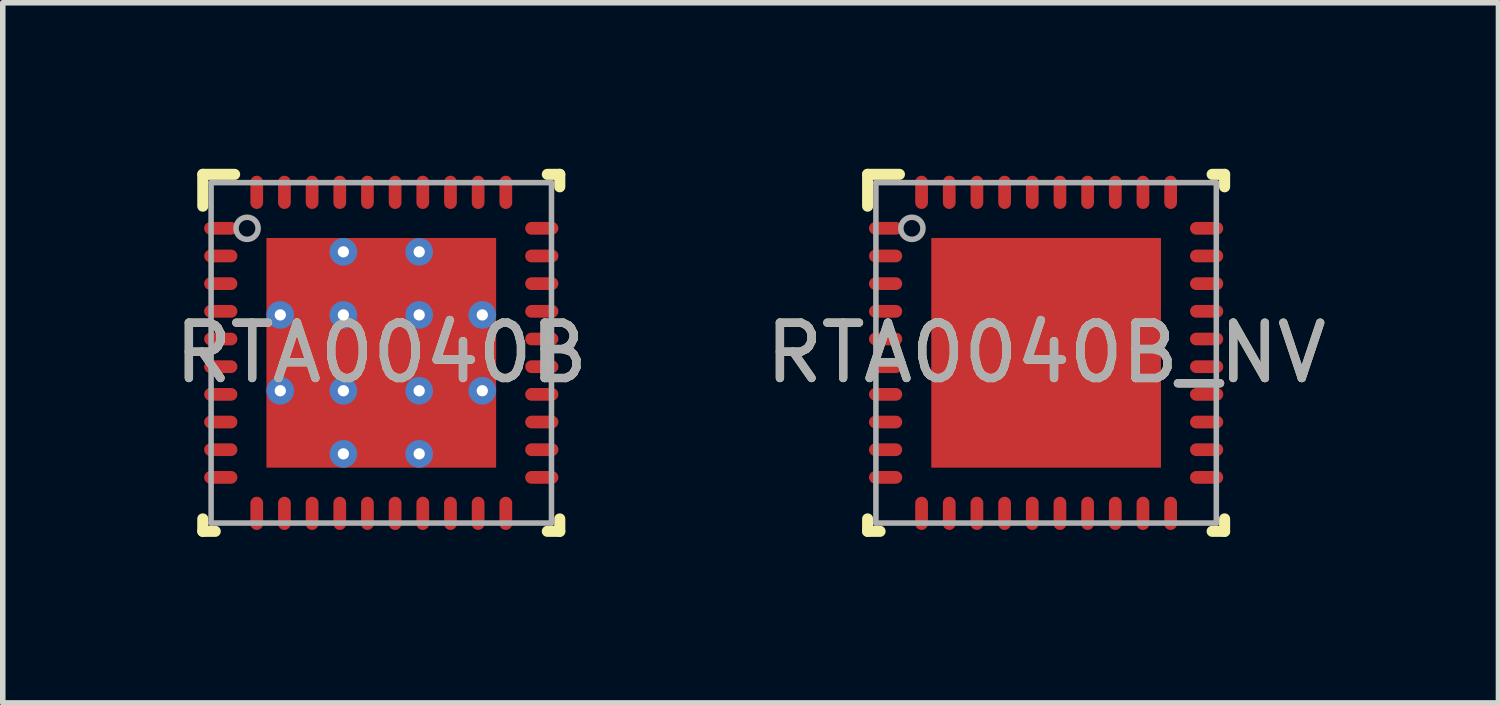
<source format=kicad_pcb>
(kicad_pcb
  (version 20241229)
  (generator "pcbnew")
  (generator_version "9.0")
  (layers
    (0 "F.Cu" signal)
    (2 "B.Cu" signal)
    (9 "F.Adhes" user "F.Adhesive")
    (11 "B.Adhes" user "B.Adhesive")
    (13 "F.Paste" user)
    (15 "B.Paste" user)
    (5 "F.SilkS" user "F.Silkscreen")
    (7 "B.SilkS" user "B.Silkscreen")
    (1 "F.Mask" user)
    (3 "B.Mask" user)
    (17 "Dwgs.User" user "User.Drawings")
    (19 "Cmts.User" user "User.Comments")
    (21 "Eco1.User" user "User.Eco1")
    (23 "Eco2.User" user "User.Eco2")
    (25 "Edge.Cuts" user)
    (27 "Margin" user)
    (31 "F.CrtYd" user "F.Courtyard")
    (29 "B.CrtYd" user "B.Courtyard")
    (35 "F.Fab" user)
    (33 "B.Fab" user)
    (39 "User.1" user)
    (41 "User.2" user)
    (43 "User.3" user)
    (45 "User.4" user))
  (footprint "RTA0040B_NV"
    (layer "F.Cu")
    (at 15.851 3.325)
    (property "Reference" "RTA0040B_NV" (at 0 0 0) (unlocked yes) (layer "F.SilkS") (effects (font (size 1 1) (thickness 0.15))))
    (attr smd)
    (fp_line (start -3.225 -3.225) (end -2.65 -3.225) (stroke (width 0.2) (type solid)) (layer "F.SilkS"))
    (fp_line (start -3.225 -2.65) (end -3.225 -3.225) (stroke (width 0.2) (type solid)) (layer "F.SilkS"))
    (fp_line (start -3.225 3.225) (end -3.225 3) (stroke (width 0.2) (type solid)) (layer "F.SilkS"))
    (fp_line (start -3.225 3.225) (end -3 3.225) (stroke (width 0.2) (type solid)) (layer "F.SilkS"))
    (fp_line (start 3 -3.225) (end 3.225 -3.225) (stroke (width 0.2) (type solid)) (layer "F.SilkS"))
    (fp_line (start 3 3.225) (end 3.225 3.225) (stroke (width 0.2) (type solid)) (layer "F.SilkS"))
    (fp_line (start 3.225 -3) (end 3.225 -3.225) (stroke (width 0.2) (type solid)) (layer "F.SilkS"))
    (fp_line (start 3.225 3.225) (end 3.225 3) (stroke (width 0.2) (type solid)) (layer "F.SilkS"))
    (fp_poly (pts (xy -1.955 -0.785) (xy -0.785 -0.785) (xy -0.785 -1.955) (xy -1.955 -1.955)) (stroke (width 0) (type solid)) (fill yes) (layer "F.Paste"))
    (fp_poly (pts (xy -1.955 0.585) (xy -0.785 0.585) (xy -0.785 -0.585) (xy -1.955 -0.585)) (stroke (width 0) (type solid)) (fill yes) (layer "F.Paste"))
    (fp_poly (pts (xy -1.955 1.955) (xy -0.785 1.955) (xy -0.785 0.785) (xy -1.955 0.785)) (stroke (width 0) (type solid)) (fill yes) (layer "F.Paste"))
    (fp_poly (pts (xy -0.585 -0.785) (xy 0.585 -0.785) (xy 0.585 -1.955) (xy -0.585 -1.955)) (stroke (width 0) (type solid)) (fill yes) (layer "F.Paste"))
    (fp_poly (pts (xy -0.585 0.585) (xy 0.585 0.585) (xy 0.585 -0.585) (xy -0.585 -0.585)) (stroke (width 0) (type solid)) (fill yes) (layer "F.Paste"))
    (fp_poly (pts (xy -0.585 1.955) (xy 0.585 1.955) (xy 0.585 0.785) (xy -0.585 0.785)) (stroke (width 0) (type solid)) (fill yes) (layer "F.Paste"))
    (fp_poly (pts (xy 0.785 -0.785) (xy 1.955 -0.785) (xy 1.955 -1.955) (xy 0.785 -1.955)) (stroke (width 0) (type solid)) (fill yes) (layer "F.Paste"))
    (fp_poly (pts (xy 0.785 0.585) (xy 1.955 0.585) (xy 1.955 -0.585) (xy 0.785 -0.585)) (stroke (width 0) (type solid)) (fill yes) (layer "F.Paste"))
    (fp_poly (pts (xy 0.785 1.955) (xy 1.955 1.955) (xy 1.955 0.785) (xy 0.785 0.785)) (stroke (width 0) (type solid)) (fill yes) (layer "F.Paste"))
    (fp_line (start -3.075 -3.075) (end 3.075 -3.075) (stroke (width 0.1) (type solid)) (layer "F.Fab"))
    (fp_line (start -3.075 3.075) (end -3.075 -3.075) (stroke (width 0.1) (type solid)) (layer "F.Fab"))
    (fp_line (start -3.075 3.075) (end 3.075 3.075) (stroke (width 0.1) (type solid)) (layer "F.Fab"))
    (fp_line (start 3.075 3.075) (end 3.075 -3.075) (stroke (width 0.1) (type solid)) (layer "F.Fab"))
    (fp_circle (center -2.425 -2.25) (end -2.225 -2.25) (stroke (width 0.1) (type solid)) (fill no) (layer "F.Fab"))
    (fp_text user "${REFERENCE}" (at 0 0 0) (unlocked yes) (layer "F.Fab") (effects (font (size 1 1) (thickness 0.15))))
    (pad "1" smd oval (at -2.9 -2.25 90) (size 0.23 0.6) (layers "F.Cu" "F.Mask" "F.Paste"))
    (pad "2" smd oval (at -2.9 -1.75 90) (size 0.23 0.6) (layers "F.Cu" "F.Mask" "F.Paste"))
    (pad "3" smd oval (at -2.9 -1.25 90) (size 0.23 0.6) (layers "F.Cu" "F.Mask" "F.Paste"))
    (pad "4" smd oval (at -2.9 -0.75 90) (size 0.23 0.6) (layers "F.Cu" "F.Mask" "F.Paste"))
    (pad "5" smd oval (at -2.9 -0.25 90) (size 0.23 0.6) (layers "F.Cu" "F.Mask" "F.Paste"))
    (pad "6" smd oval (at -2.9 0.25 90) (size 0.23 0.6) (layers "F.Cu" "F.Mask" "F.Paste"))
    (pad "7" smd oval (at -2.9 0.75 90) (size 0.23 0.6) (layers "F.Cu" "F.Mask" "F.Paste"))
    (pad "8" smd oval (at -2.9 1.25 90) (size 0.23 0.6) (layers "F.Cu" "F.Mask" "F.Paste"))
    (pad "9" smd oval (at -2.9 1.75 90) (size 0.23 0.6) (layers "F.Cu" "F.Mask" "F.Paste"))
    (pad "10" smd oval (at -2.9 2.25 90) (size 0.23 0.6) (layers "F.Cu" "F.Mask" "F.Paste"))
    (pad "11" smd oval (at -2.25 2.9) (size 0.23 0.6) (layers "F.Cu" "F.Mask" "F.Paste"))
    (pad "12" smd oval (at -1.75 2.9) (size 0.23 0.6) (layers "F.Cu" "F.Mask" "F.Paste"))
    (pad "13" smd oval (at -1.25 2.9) (size 0.23 0.6) (layers "F.Cu" "F.Mask" "F.Paste"))
    (pad "14" smd oval (at -0.75 2.9) (size 0.23 0.6) (layers "F.Cu" "F.Mask" "F.Paste"))
    (pad "15" smd oval (at -0.25 2.9) (size 0.23 0.6) (layers "F.Cu" "F.Mask" "F.Paste"))
    (pad "16" smd oval (at 0.25 2.9) (size 0.23 0.6) (layers "F.Cu" "F.Mask" "F.Paste"))
    (pad "17" smd oval (at 0.75 2.9) (size 0.23 0.6) (layers "F.Cu" "F.Mask" "F.Paste"))
    (pad "18" smd oval (at 1.25 2.9) (size 0.23 0.6) (layers "F.Cu" "F.Mask" "F.Paste"))
    (pad "19" smd oval (at 1.75 2.9) (size 0.23 0.6) (layers "F.Cu" "F.Mask" "F.Paste"))
    (pad "20" smd oval (at 2.25 2.9) (size 0.23 0.6) (layers "F.Cu" "F.Mask" "F.Paste"))
    (pad "21" smd oval (at 2.9 2.25 90) (size 0.23 0.6) (layers "F.Cu" "F.Mask" "F.Paste"))
    (pad "22" smd oval (at 2.9 1.75 90) (size 0.23 0.6) (layers "F.Cu" "F.Mask" "F.Paste"))
    (pad "23" smd oval (at 2.9 1.25 90) (size 0.23 0.6) (layers "F.Cu" "F.Mask" "F.Paste"))
    (pad "24" smd oval (at 2.9 0.75 90) (size 0.23 0.6) (layers "F.Cu" "F.Mask" "F.Paste"))
    (pad "25" smd oval (at 2.9 0.25 90) (size 0.23 0.6) (layers "F.Cu" "F.Mask" "F.Paste"))
    (pad "26" smd oval (at 2.9 -0.25 90) (size 0.23 0.6) (layers "F.Cu" "F.Mask" "F.Paste"))
    (pad "27" smd oval (at 2.9 -0.75 90) (size 0.23 0.6) (layers "F.Cu" "F.Mask" "F.Paste"))
    (pad "28" smd oval (at 2.9 -1.25 90) (size 0.23 0.6) (layers "F.Cu" "F.Mask" "F.Paste"))
    (pad "29" smd oval (at 2.9 -1.75 90) (size 0.23 0.6) (layers "F.Cu" "F.Mask" "F.Paste"))
    (pad "30" smd oval (at 2.9 -2.25 90) (size 0.23 0.6) (layers "F.Cu" "F.Mask" "F.Paste"))
    (pad "31" smd oval (at 2.25 -2.9) (size 0.23 0.6) (layers "F.Cu" "F.Mask" "F.Paste"))
    (pad "32" smd oval (at 1.75 -2.9) (size 0.23 0.6) (layers "F.Cu" "F.Mask" "F.Paste"))
    (pad "33" smd oval (at 1.25 -2.9) (size 0.23 0.6) (layers "F.Cu" "F.Mask" "F.Paste"))
    (pad "34" smd oval (at 0.75 -2.9) (size 0.23 0.6) (layers "F.Cu" "F.Mask" "F.Paste"))
    (pad "35" smd oval (at 0.25 -2.9) (size 0.23 0.6) (layers "F.Cu" "F.Mask" "F.Paste"))
    (pad "36" smd oval (at -0.25 -2.9) (size 0.23 0.6) (layers "F.Cu" "F.Mask" "F.Paste"))
    (pad "37" smd oval (at -0.75 -2.9) (size 0.23 0.6) (layers "F.Cu" "F.Mask" "F.Paste"))
    (pad "38" smd oval (at -1.25 -2.9) (size 0.23 0.6) (layers "F.Cu" "F.Mask" "F.Paste"))
    (pad "39" smd oval (at -1.75 -2.9) (size 0.23 0.6) (layers "F.Cu" "F.Mask" "F.Paste"))
    (pad "40" smd oval (at -2.25 -2.9) (size 0.23 0.6) (layers "F.Cu" "F.Mask" "F.Paste"))
    (pad "41" smd rect (at 0 0) (size 4.15 4.15) (layers "F.Cu" "F.Mask")))
  (footprint "RTA0040B"
    (layer "F.Cu")
    (at 3.839 3.325)
    (property "Reference" "RTA0040B" (at 0 0 0) (unlocked yes) (layer "F.SilkS") (effects (font (size 1 1) (thickness 0.15))))
    (attr smd)
    (fp_line (start -3.225 -3.225) (end -2.65 -3.225) (stroke (width 0.2) (type solid)) (layer "F.SilkS"))
    (fp_line (start -3.225 -2.65) (end -3.225 -3.225) (stroke (width 0.2) (type solid)) (layer "F.SilkS"))
    (fp_line (start -3.225 3.225) (end -3.225 3) (stroke (width 0.2) (type solid)) (layer "F.SilkS"))
    (fp_line (start -3.225 3.225) (end -3 3.225) (stroke (width 0.2) (type solid)) (layer "F.SilkS"))
    (fp_line (start 3 -3.225) (end 3.225 -3.225) (stroke (width 0.2) (type solid)) (layer "F.SilkS"))
    (fp_line (start 3 3.225) (end 3.225 3.225) (stroke (width 0.2) (type solid)) (layer "F.SilkS"))
    (fp_line (start 3.225 -3) (end 3.225 -3.225) (stroke (width 0.2) (type solid)) (layer "F.SilkS"))
    (fp_line (start 3.225 3.225) (end 3.225 3) (stroke (width 0.2) (type solid)) (layer "F.SilkS"))
    (fp_poly (pts (xy -1.955 -0.785) (xy -0.785 -0.785) (xy -0.785 -1.955) (xy -1.955 -1.955)) (stroke (width 0) (type solid)) (fill yes) (layer "F.Paste"))
    (fp_poly (pts (xy -1.955 0.585) (xy -0.785 0.585) (xy -0.785 -0.585) (xy -1.955 -0.585)) (stroke (width 0) (type solid)) (fill yes) (layer "F.Paste"))
    (fp_poly (pts (xy -1.955 1.955) (xy -0.785 1.955) (xy -0.785 0.785) (xy -1.955 0.785)) (stroke (width 0) (type solid)) (fill yes) (layer "F.Paste"))
    (fp_poly (pts (xy -0.585 -0.785) (xy 0.585 -0.785) (xy 0.585 -1.955) (xy -0.585 -1.955)) (stroke (width 0) (type solid)) (fill yes) (layer "F.Paste"))
    (fp_poly (pts (xy -0.585 0.585) (xy 0.585 0.585) (xy 0.585 -0.585) (xy -0.585 -0.585)) (stroke (width 0) (type solid)) (fill yes) (layer "F.Paste"))
    (fp_poly (pts (xy -0.585 1.955) (xy 0.585 1.955) (xy 0.585 0.785) (xy -0.585 0.785)) (stroke (width 0) (type solid)) (fill yes) (layer "F.Paste"))
    (fp_poly (pts (xy 0.785 -0.785) (xy 1.955 -0.785) (xy 1.955 -1.955) (xy 0.785 -1.955)) (stroke (width 0) (type solid)) (fill yes) (layer "F.Paste"))
    (fp_poly (pts (xy 0.785 0.585) (xy 1.955 0.585) (xy 1.955 -0.585) (xy 0.785 -0.585)) (stroke (width 0) (type solid)) (fill yes) (layer "F.Paste"))
    (fp_poly (pts (xy 0.785 1.955) (xy 1.955 1.955) (xy 1.955 0.785) (xy 0.785 0.785)) (stroke (width 0) (type solid)) (fill yes) (layer "F.Paste"))
    (fp_line (start -3.075 -3.075) (end 3.075 -3.075) (stroke (width 0.1) (type solid)) (layer "F.Fab"))
    (fp_line (start -3.075 3.075) (end -3.075 -3.075) (stroke (width 0.1) (type solid)) (layer "F.Fab"))
    (fp_line (start -3.075 3.075) (end 3.075 3.075) (stroke (width 0.1) (type solid)) (layer "F.Fab"))
    (fp_line (start 3.075 3.075) (end 3.075 -3.075) (stroke (width 0.1) (type solid)) (layer "F.Fab"))
    (fp_circle (center -2.425 -2.25) (end -2.225 -2.25) (stroke (width 0.1) (type solid)) (fill no) (layer "F.Fab"))
    (fp_text user "${REFERENCE}" (at 0 0 0) (unlocked yes) (layer "F.Fab") (effects (font (size 1 1) (thickness 0.15))))
    (pad "1" smd oval (at -2.9 -2.25 90) (size 0.23 0.6) (layers "F.Cu" "F.Mask" "F.Paste"))
    (pad "2" smd oval (at -2.9 -1.75 90) (size 0.23 0.6) (layers "F.Cu" "F.Mask" "F.Paste"))
    (pad "3" smd oval (at -2.9 -1.25 90) (size 0.23 0.6) (layers "F.Cu" "F.Mask" "F.Paste"))
    (pad "4" smd oval (at -2.9 -0.75 90) (size 0.23 0.6) (layers "F.Cu" "F.Mask" "F.Paste"))
    (pad "5" smd oval (at -2.9 -0.25 90) (size 0.23 0.6) (layers "F.Cu" "F.Mask" "F.Paste"))
    (pad "6" smd oval (at -2.9 0.25 90) (size 0.23 0.6) (layers "F.Cu" "F.Mask" "F.Paste"))
    (pad "7" smd oval (at -2.9 0.75 90) (size 0.23 0.6) (layers "F.Cu" "F.Mask" "F.Paste"))
    (pad "8" smd oval (at -2.9 1.25 90) (size 0.23 0.6) (layers "F.Cu" "F.Mask" "F.Paste"))
    (pad "9" smd oval (at -2.9 1.75 90) (size 0.23 0.6) (layers "F.Cu" "F.Mask" "F.Paste"))
    (pad "10" smd oval (at -2.9 2.25 90) (size 0.23 0.6) (layers "F.Cu" "F.Mask" "F.Paste"))
    (pad "11" smd oval (at -2.25 2.9) (size 0.23 0.6) (layers "F.Cu" "F.Mask" "F.Paste"))
    (pad "12" smd oval (at -1.75 2.9) (size 0.23 0.6) (layers "F.Cu" "F.Mask" "F.Paste"))
    (pad "13" smd oval (at -1.25 2.9) (size 0.23 0.6) (layers "F.Cu" "F.Mask" "F.Paste"))
    (pad "14" smd oval (at -0.75 2.9) (size 0.23 0.6) (layers "F.Cu" "F.Mask" "F.Paste"))
    (pad "15" smd oval (at -0.25 2.9) (size 0.23 0.6) (layers "F.Cu" "F.Mask" "F.Paste"))
    (pad "16" smd oval (at 0.25 2.9) (size 0.23 0.6) (layers "F.Cu" "F.Mask" "F.Paste"))
    (pad "17" smd oval (at 0.75 2.9) (size 0.23 0.6) (layers "F.Cu" "F.Mask" "F.Paste"))
    (pad "18" smd oval (at 1.25 2.9) (size 0.23 0.6) (layers "F.Cu" "F.Mask" "F.Paste"))
    (pad "19" smd oval (at 1.75 2.9) (size 0.23 0.6) (layers "F.Cu" "F.Mask" "F.Paste"))
    (pad "20" smd oval (at 2.25 2.9) (size 0.23 0.6) (layers "F.Cu" "F.Mask" "F.Paste"))
    (pad "21" smd oval (at 2.9 2.25 90) (size 0.23 0.6) (layers "F.Cu" "F.Mask" "F.Paste"))
    (pad "22" smd oval (at 2.9 1.75 90) (size 0.23 0.6) (layers "F.Cu" "F.Mask" "F.Paste"))
    (pad "23" smd oval (at 2.9 1.25 90) (size 0.23 0.6) (layers "F.Cu" "F.Mask" "F.Paste"))
    (pad "24" smd oval (at 2.9 0.75 90) (size 0.23 0.6) (layers "F.Cu" "F.Mask" "F.Paste"))
    (pad "25" smd oval (at 2.9 0.25 90) (size 0.23 0.6) (layers "F.Cu" "F.Mask" "F.Paste"))
    (pad "26" smd oval (at 2.9 -0.25 90) (size 0.23 0.6) (layers "F.Cu" "F.Mask" "F.Paste"))
    (pad "27" smd oval (at 2.9 -0.75 90) (size 0.23 0.6) (layers "F.Cu" "F.Mask" "F.Paste"))
    (pad "28" smd oval (at 2.9 -1.25 90) (size 0.23 0.6) (layers "F.Cu" "F.Mask" "F.Paste"))
    (pad "29" smd oval (at 2.9 -1.75 90) (size 0.23 0.6) (layers "F.Cu" "F.Mask" "F.Paste"))
    (pad "30" smd oval (at 2.9 -2.25 90) (size 0.23 0.6) (layers "F.Cu" "F.Mask" "F.Paste"))
    (pad "31" smd oval (at 2.25 -2.9) (size 0.23 0.6) (layers "F.Cu" "F.Mask" "F.Paste"))
    (pad "32" smd oval (at 1.75 -2.9) (size 0.23 0.6) (layers "F.Cu" "F.Mask" "F.Paste"))
    (pad "33" smd oval (at 1.25 -2.9) (size 0.23 0.6) (layers "F.Cu" "F.Mask" "F.Paste"))
    (pad "34" smd oval (at 0.75 -2.9) (size 0.23 0.6) (layers "F.Cu" "F.Mask" "F.Paste"))
    (pad "35" smd oval (at 0.25 -2.9) (size 0.23 0.6) (layers "F.Cu" "F.Mask" "F.Paste"))
    (pad "36" smd oval (at -0.25 -2.9) (size 0.23 0.6) (layers "F.Cu" "F.Mask" "F.Paste"))
    (pad "37" smd oval (at -0.75 -2.9) (size 0.23 0.6) (layers "F.Cu" "F.Mask" "F.Paste"))
    (pad "38" smd oval (at -1.25 -2.9) (size 0.23 0.6) (layers "F.Cu" "F.Mask" "F.Paste"))
    (pad "39" smd oval (at -1.75 -2.9) (size 0.23 0.6) (layers "F.Cu" "F.Mask" "F.Paste"))
    (pad "40" smd oval (at -2.25 -2.9) (size 0.23 0.6) (layers "F.Cu" "F.Mask" "F.Paste"))
    (pad "41" smd rect (at 0 0) (size 4.15 4.15) (layers "F.Cu" "F.Mask"))
    (pad "V" thru_hole circle (at -1.825 -0.685) (size 0.5 0.5) (drill 0.203) (layers "*.Cu" "*.Mask"))
    (pad "V" thru_hole circle (at -1.825 0.685) (size 0.5 0.5) (drill 0.203) (layers "*.Cu" "*.Mask"))
    (pad "V" thru_hole circle (at -0.685 -1.825) (size 0.5 0.5) (drill 0.203) (layers "*.Cu" "*.Mask"))
    (pad "V" thru_hole circle (at -0.685 -0.685) (size 0.5 0.5) (drill 0.203) (layers "*.Cu" "*.Mask"))
    (pad "V" thru_hole circle (at -0.685 0.685) (size 0.5 0.5) (drill 0.203) (layers "*.Cu" "*.Mask"))
    (pad "V" thru_hole circle (at -0.685 1.825) (size 0.5 0.5) (drill 0.203) (layers "*.Cu" "*.Mask"))
    (pad "V" thru_hole circle (at 0.685 -1.825) (size 0.5 0.5) (drill 0.203) (layers "*.Cu" "*.Mask"))
    (pad "V" thru_hole circle (at 0.685 -0.685) (size 0.5 0.5) (drill 0.203) (layers "*.Cu" "*.Mask"))
    (pad "V" thru_hole circle (at 0.685 0.685) (size 0.5 0.5) (drill 0.203) (layers "*.Cu" "*.Mask"))
    (pad "V" thru_hole circle (at 0.685 1.825) (size 0.5 0.5) (drill 0.203) (layers "*.Cu" "*.Mask"))
    (pad "V" thru_hole circle (at 1.825 -0.685) (size 0.5 0.5) (drill 0.203) (layers "*.Cu" "*.Mask"))
    (pad "V" thru_hole circle (at 1.825 0.685) (size 0.5 0.5) (drill 0.203) (layers "*.Cu" "*.Mask")))
  (gr_rect
    (start -3 -3)
    (end 24.024 9.65)
    (stroke (width 0.1) (type default))
    (fill no)
    (layer "Edge.Cuts")))
</source>
